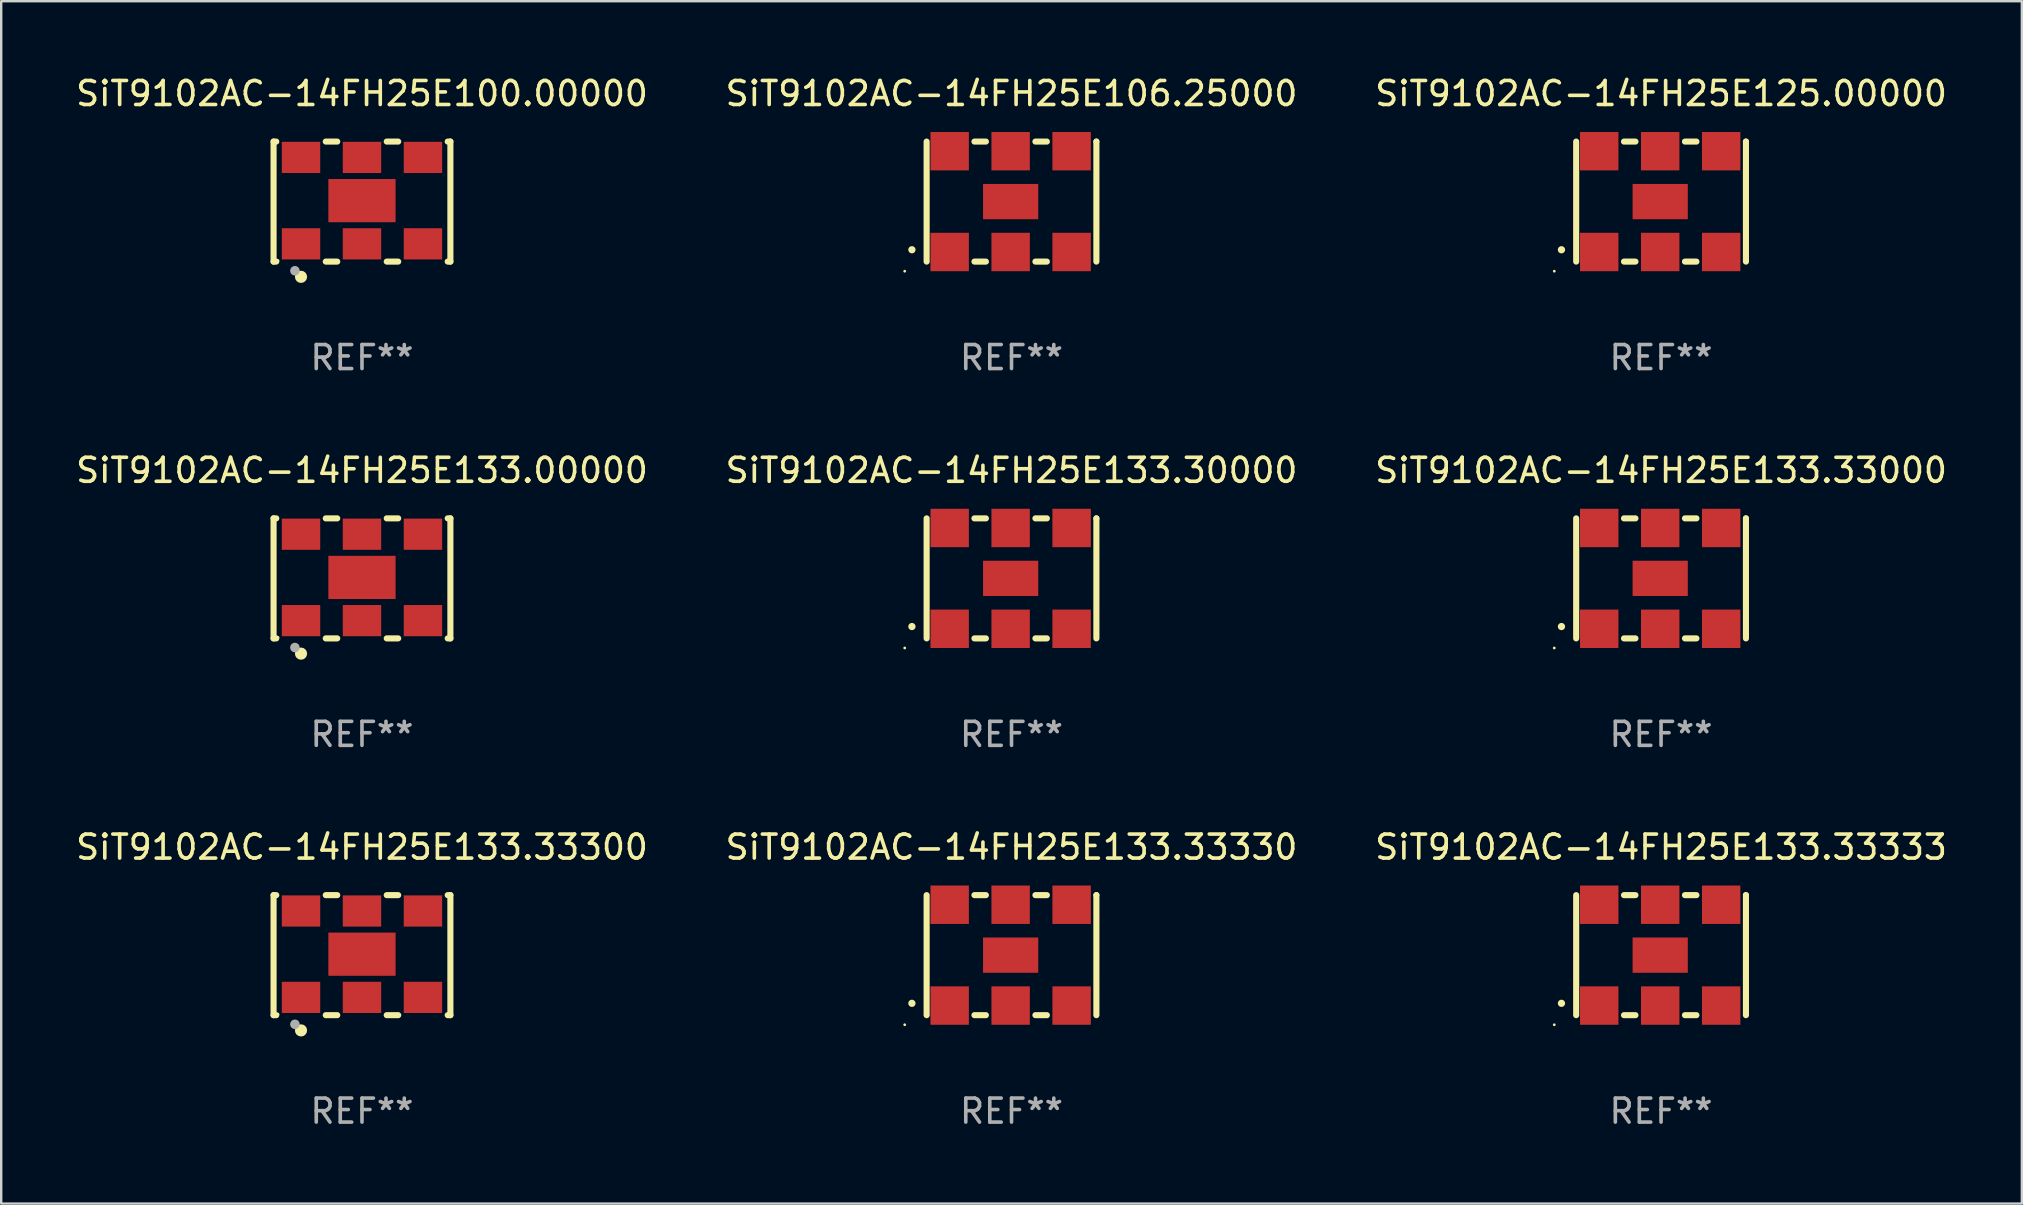
<source format=kicad_pcb>
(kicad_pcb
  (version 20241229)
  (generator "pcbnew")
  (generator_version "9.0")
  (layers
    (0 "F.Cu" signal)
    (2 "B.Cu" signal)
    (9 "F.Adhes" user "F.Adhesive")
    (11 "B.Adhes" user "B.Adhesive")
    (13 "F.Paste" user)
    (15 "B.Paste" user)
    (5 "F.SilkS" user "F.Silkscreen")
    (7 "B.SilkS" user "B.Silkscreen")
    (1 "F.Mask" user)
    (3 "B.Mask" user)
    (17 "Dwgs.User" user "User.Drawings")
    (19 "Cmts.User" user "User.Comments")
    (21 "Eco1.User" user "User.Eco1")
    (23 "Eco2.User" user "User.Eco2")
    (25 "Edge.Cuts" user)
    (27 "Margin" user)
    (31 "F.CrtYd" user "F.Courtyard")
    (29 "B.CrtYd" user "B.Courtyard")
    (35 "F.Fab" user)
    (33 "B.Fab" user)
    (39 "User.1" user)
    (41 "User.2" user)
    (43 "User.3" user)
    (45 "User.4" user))
  (footprint "SiT9102AC-14FH25E125.00000"
    (layer "F.Cu")
    (at 66.149 5.348)
    (property "Reference" "SiT9102AC-14FH25E125.00000" (at 0 -4.5 0) (layer "F.SilkS") (effects (font (size 1 1) (thickness 0.15))))
    (attr through_hole)
    (fp_line (start -3.536 -2.5) (end -3.536 2.5) (stroke (width 0.254) (type solid)) (layer "F.SilkS"))
    (fp_line (start -1.544 2.5) (end -1.067 2.5) (stroke (width 0.254) (type solid)) (layer "F.SilkS"))
    (fp_line (start -1.067 -2.5) (end -1.544 -2.5) (stroke (width 0.254) (type solid)) (layer "F.SilkS"))
    (fp_line (start 0.996 2.5) (end 1.473 2.5) (stroke (width 0.254) (type solid)) (layer "F.SilkS"))
    (fp_line (start 1.473 -2.5) (end 0.996 -2.5) (stroke (width 0.254) (type solid)) (layer "F.SilkS"))
    (fp_line (start 3.536 -2.5) (end 3.536 -2.5) (stroke (width 0.254) (type solid)) (layer "F.SilkS"))
    (fp_line (start 3.536 2.5) (end 3.536 -2.5) (stroke (width 0.254) (type solid)) (layer "F.SilkS"))
    (fp_arc (start -4.150432 2.006604) (mid -4.149162 2.006599) (end -4.147892 2.006604) (stroke (width 0.3) (type solid)) (layer "F.SilkS"))
    (fp_circle (center -4.449 2.9) (end -4.419 2.9) (stroke (width 0.06) (type solid)) (fill no) (layer "F.SilkS"))
    (fp_text user "REF**" (at 0 6.5 0) (layer "F.Fab") (effects (font (size 1 1) (thickness 0.15))))
    (pad "1" smd rect (at -2.576 2.1) (size 1.6 1.6) (layers "F.Cu" "F.Mask" "F.Paste"))
    (pad "2" smd rect (at -0.036 2.1) (size 1.6 1.6) (layers "F.Cu" "F.Mask" "F.Paste"))
    (pad "3" smd rect (at 2.504 2.1) (size 1.6 1.6) (layers "F.Cu" "F.Mask" "F.Paste"))
    (pad "4" smd rect (at 2.504 -2.1) (size 1.6 1.6) (layers "F.Cu" "F.Mask" "F.Paste"))
    (pad "5" smd rect (at -0.036 -2.1) (size 1.6 1.6) (layers "F.Cu" "F.Mask" "F.Paste"))
    (pad "6" smd rect (at -2.576 -2.1) (size 1.6 1.6) (layers "F.Cu" "F.Mask" "F.Paste"))
    (pad "7" smd rect (at -0.036 0) (size 2.3 1.47) (layers "F.Cu" "F.Mask" "F.Paste")))
  (footprint "SiT9102AC-14FH25E106.25000"
    (layer "F.Cu")
    (at 39.089 5.348)
    (property "Reference" "SiT9102AC-14FH25E106.25000" (at 0 -4.5 0) (layer "F.SilkS") (effects (font (size 1 1) (thickness 0.15))))
    (attr through_hole)
    (fp_line (start -3.536 -2.5) (end -3.536 2.5) (stroke (width 0.254) (type solid)) (layer "F.SilkS"))
    (fp_line (start -1.544 2.5) (end -1.067 2.5) (stroke (width 0.254) (type solid)) (layer "F.SilkS"))
    (fp_line (start -1.067 -2.5) (end -1.544 -2.5) (stroke (width 0.254) (type solid)) (layer "F.SilkS"))
    (fp_line (start 0.996 2.5) (end 1.473 2.5) (stroke (width 0.254) (type solid)) (layer "F.SilkS"))
    (fp_line (start 1.473 -2.5) (end 0.996 -2.5) (stroke (width 0.254) (type solid)) (layer "F.SilkS"))
    (fp_line (start 3.536 -2.5) (end 3.536 -2.5) (stroke (width 0.254) (type solid)) (layer "F.SilkS"))
    (fp_line (start 3.536 2.5) (end 3.536 -2.5) (stroke (width 0.254) (type solid)) (layer "F.SilkS"))
    (fp_arc (start -4.150432 2.006604) (mid -4.149162 2.006599) (end -4.147892 2.006604) (stroke (width 0.3) (type solid)) (layer "F.SilkS"))
    (fp_circle (center -4.449 2.9) (end -4.419 2.9) (stroke (width 0.06) (type solid)) (fill no) (layer "F.SilkS"))
    (fp_text user "REF**" (at 0 6.5 0) (layer "F.Fab") (effects (font (size 1 1) (thickness 0.15))))
    (pad "1" smd rect (at -2.576 2.1) (size 1.6 1.6) (layers "F.Cu" "F.Mask" "F.Paste"))
    (pad "2" smd rect (at -0.036 2.1) (size 1.6 1.6) (layers "F.Cu" "F.Mask" "F.Paste"))
    (pad "3" smd rect (at 2.504 2.1) (size 1.6 1.6) (layers "F.Cu" "F.Mask" "F.Paste"))
    (pad "4" smd rect (at 2.504 -2.1) (size 1.6 1.6) (layers "F.Cu" "F.Mask" "F.Paste"))
    (pad "5" smd rect (at -0.036 -2.1) (size 1.6 1.6) (layers "F.Cu" "F.Mask" "F.Paste"))
    (pad "6" smd rect (at -2.576 -2.1) (size 1.6 1.6) (layers "F.Cu" "F.Mask" "F.Paste"))
    (pad "7" smd rect (at -0.036 0) (size 2.3 1.47) (layers "F.Cu" "F.Mask" "F.Paste")))
  (footprint "SiT9102AC-14FH25E133.33333"
    (layer "F.Cu")
    (at 66.149 36.741)
    (property "Reference" "SiT9102AC-14FH25E133.33333" (at 0 -4.5 0) (layer "F.SilkS") (effects (font (size 1 1) (thickness 0.15))))
    (attr through_hole)
    (fp_line (start -3.536 -2.5) (end -3.536 2.5) (stroke (width 0.254) (type solid)) (layer "F.SilkS"))
    (fp_line (start -1.544 2.5) (end -1.067 2.5) (stroke (width 0.254) (type solid)) (layer "F.SilkS"))
    (fp_line (start -1.067 -2.5) (end -1.544 -2.5) (stroke (width 0.254) (type solid)) (layer "F.SilkS"))
    (fp_line (start 0.996 2.5) (end 1.473 2.5) (stroke (width 0.254) (type solid)) (layer "F.SilkS"))
    (fp_line (start 1.473 -2.5) (end 0.996 -2.5) (stroke (width 0.254) (type solid)) (layer "F.SilkS"))
    (fp_line (start 3.536 -2.5) (end 3.536 -2.5) (stroke (width 0.254) (type solid)) (layer "F.SilkS"))
    (fp_line (start 3.536 2.5) (end 3.536 -2.5) (stroke (width 0.254) (type solid)) (layer "F.SilkS"))
    (fp_arc (start -4.150432 2.006604) (mid -4.149162 2.006599) (end -4.147892 2.006604) (stroke (width 0.3) (type solid)) (layer "F.SilkS"))
    (fp_circle (center -4.449 2.9) (end -4.419 2.9) (stroke (width 0.06) (type solid)) (fill no) (layer "F.SilkS"))
    (fp_text user "REF**" (at 0 6.5 0) (layer "F.Fab") (effects (font (size 1 1) (thickness 0.15))))
    (pad "1" smd rect (at -2.576 2.1) (size 1.6 1.6) (layers "F.Cu" "F.Mask" "F.Paste"))
    (pad "2" smd rect (at -0.036 2.1) (size 1.6 1.6) (layers "F.Cu" "F.Mask" "F.Paste"))
    (pad "3" smd rect (at 2.504 2.1) (size 1.6 1.6) (layers "F.Cu" "F.Mask" "F.Paste"))
    (pad "4" smd rect (at 2.504 -2.1) (size 1.6 1.6) (layers "F.Cu" "F.Mask" "F.Paste"))
    (pad "5" smd rect (at -0.036 -2.1) (size 1.6 1.6) (layers "F.Cu" "F.Mask" "F.Paste"))
    (pad "6" smd rect (at -2.576 -2.1) (size 1.6 1.6) (layers "F.Cu" "F.Mask" "F.Paste"))
    (pad "7" smd rect (at -0.036 0) (size 2.3 1.47) (layers "F.Cu" "F.Mask" "F.Paste")))
  (footprint "SiT9102AC-14FH25E133.30000"
    (layer "F.Cu")
    (at 39.089 21.045)
    (property "Reference" "SiT9102AC-14FH25E133.30000" (at 0 -4.5 0) (layer "F.SilkS") (effects (font (size 1 1) (thickness 0.15))))
    (attr through_hole)
    (fp_line (start -3.536 -2.5) (end -3.536 2.5) (stroke (width 0.254) (type solid)) (layer "F.SilkS"))
    (fp_line (start -1.544 2.5) (end -1.067 2.5) (stroke (width 0.254) (type solid)) (layer "F.SilkS"))
    (fp_line (start -1.067 -2.5) (end -1.544 -2.5) (stroke (width 0.254) (type solid)) (layer "F.SilkS"))
    (fp_line (start 0.996 2.5) (end 1.473 2.5) (stroke (width 0.254) (type solid)) (layer "F.SilkS"))
    (fp_line (start 1.473 -2.5) (end 0.996 -2.5) (stroke (width 0.254) (type solid)) (layer "F.SilkS"))
    (fp_line (start 3.536 -2.5) (end 3.536 -2.5) (stroke (width 0.254) (type solid)) (layer "F.SilkS"))
    (fp_line (start 3.536 2.5) (end 3.536 -2.5) (stroke (width 0.254) (type solid)) (layer "F.SilkS"))
    (fp_arc (start -4.150432 2.006604) (mid -4.149162 2.006599) (end -4.147892 2.006604) (stroke (width 0.3) (type solid)) (layer "F.SilkS"))
    (fp_circle (center -4.449 2.9) (end -4.419 2.9) (stroke (width 0.06) (type solid)) (fill no) (layer "F.SilkS"))
    (fp_text user "REF**" (at 0 6.5 0) (layer "F.Fab") (effects (font (size 1 1) (thickness 0.15))))
    (pad "1" smd rect (at -2.576 2.1) (size 1.6 1.6) (layers "F.Cu" "F.Mask" "F.Paste"))
    (pad "2" smd rect (at -0.036 2.1) (size 1.6 1.6) (layers "F.Cu" "F.Mask" "F.Paste"))
    (pad "3" smd rect (at 2.504 2.1) (size 1.6 1.6) (layers "F.Cu" "F.Mask" "F.Paste"))
    (pad "4" smd rect (at 2.504 -2.1) (size 1.6 1.6) (layers "F.Cu" "F.Mask" "F.Paste"))
    (pad "5" smd rect (at -0.036 -2.1) (size 1.6 1.6) (layers "F.Cu" "F.Mask" "F.Paste"))
    (pad "6" smd rect (at -2.576 -2.1) (size 1.6 1.6) (layers "F.Cu" "F.Mask" "F.Paste"))
    (pad "7" smd rect (at -0.036 0) (size 2.3 1.47) (layers "F.Cu" "F.Mask" "F.Paste")))
  (footprint "SiT9102AC-14FH25E133.00000"
    (layer "F.Cu")
    (at 12.03 21.045)
    (property "Reference" "SiT9102AC-14FH25E133.00000" (at 0 -4.5 0) (layer "F.SilkS") (effects (font (size 1 1) (thickness 0.15))))
    (attr through_hole)
    (fp_line (start -3.683 -2.5) (end -3.571 -2.5) (stroke (width 0.254) (type solid)) (layer "F.SilkS"))
    (fp_line (start -3.683 2.5) (end -3.683 -2.5) (stroke (width 0.254) (type solid)) (layer "F.SilkS"))
    (fp_line (start -3.683 2.5) (end -3.571 2.5) (stroke (width 0.254) (type solid)) (layer "F.SilkS"))
    (fp_line (start -1.509 -2.5) (end -1.031 -2.5) (stroke (width 0.254) (type solid)) (layer "F.SilkS"))
    (fp_line (start -1.509 2.5) (end -1.031 2.5) (stroke (width 0.254) (type solid)) (layer "F.SilkS"))
    (fp_line (start 1.031 -2.5) (end 1.509 -2.5) (stroke (width 0.254) (type solid)) (layer "F.SilkS"))
    (fp_line (start 1.031 2.5) (end 1.509 2.5) (stroke (width 0.254) (type solid)) (layer "F.SilkS"))
    (fp_line (start 3.571 -2.5) (end 3.683 -2.5) (stroke (width 0.254) (type solid)) (layer "F.SilkS"))
    (fp_line (start 3.571 2.5) (end 3.683 2.5) (stroke (width 0.254) (type solid)) (layer "F.SilkS"))
    (fp_line (start 3.683 2.5) (end 3.683 -2.5) (stroke (width 0.254) (type solid)) (layer "F.SilkS"))
    (fp_circle (center -3.5 2.46) (end -3.47 2.46) (stroke (width 0.06) (type solid)) (fill no) (layer "F.SilkS"))
    (fp_circle (center -2.54 3.135) (end -2.413 3.135) (stroke (width 0.254) (type solid)) (fill no) (layer "F.SilkS"))
    (fp_circle (center -2.794 2.881) (end -2.694 2.881) (stroke (width 0.2) (type solid)) (fill no) (layer "F.Fab"))
    (fp_text user "REF**" (at 0 6.5 0) (layer "F.Fab") (effects (font (size 1 1) (thickness 0.15))))
    (pad "1" smd rect (at -2.54 1.76) (size 1.6 1.3) (layers "F.Cu" "F.Mask" "F.Paste"))
    (pad "2" smd rect (at 0 1.76) (size 1.6 1.3) (layers "F.Cu" "F.Mask" "F.Paste"))
    (pad "3" smd rect (at 2.54 1.76) (size 1.6 1.3) (layers "F.Cu" "F.Mask" "F.Paste"))
    (pad "4" smd rect (at 2.54 -1.84) (size 1.6 1.3) (layers "F.Cu" "F.Mask" "F.Paste"))
    (pad "5" smd rect (at 0 -1.84) (size 1.6 1.3) (layers "F.Cu" "F.Mask" "F.Paste"))
    (pad "6" smd rect (at -2.54 -1.84) (size 1.6 1.3) (layers "F.Cu" "F.Mask" "F.Paste"))
    (pad "7" smd rect (at 0 -0.04) (size 2.8 1.8) (layers "F.Cu" "F.Mask" "F.Paste")))
  (footprint "SiT9102AC-14FH25E100.00000"
    (layer "F.Cu")
    (at 12.03 5.348)
    (property "Reference" "SiT9102AC-14FH25E100.00000" (at 0 -4.5 0) (layer "F.SilkS") (effects (font (size 1 1) (thickness 0.15))))
    (attr through_hole)
    (fp_line (start -3.683 -2.5) (end -3.571 -2.5) (stroke (width 0.254) (type solid)) (layer "F.SilkS"))
    (fp_line (start -3.683 2.5) (end -3.683 -2.5) (stroke (width 0.254) (type solid)) (layer "F.SilkS"))
    (fp_line (start -3.683 2.5) (end -3.571 2.5) (stroke (width 0.254) (type solid)) (layer "F.SilkS"))
    (fp_line (start -1.509 -2.5) (end -1.031 -2.5) (stroke (width 0.254) (type solid)) (layer "F.SilkS"))
    (fp_line (start -1.509 2.5) (end -1.031 2.5) (stroke (width 0.254) (type solid)) (layer "F.SilkS"))
    (fp_line (start 1.031 -2.5) (end 1.509 -2.5) (stroke (width 0.254) (type solid)) (layer "F.SilkS"))
    (fp_line (start 1.031 2.5) (end 1.509 2.5) (stroke (width 0.254) (type solid)) (layer "F.SilkS"))
    (fp_line (start 3.571 -2.5) (end 3.683 -2.5) (stroke (width 0.254) (type solid)) (layer "F.SilkS"))
    (fp_line (start 3.571 2.5) (end 3.683 2.5) (stroke (width 0.254) (type solid)) (layer "F.SilkS"))
    (fp_line (start 3.683 2.5) (end 3.683 -2.5) (stroke (width 0.254) (type solid)) (layer "F.SilkS"))
    (fp_circle (center -3.5 2.46) (end -3.47 2.46) (stroke (width 0.06) (type solid)) (fill no) (layer "F.SilkS"))
    (fp_circle (center -2.54 3.135) (end -2.413 3.135) (stroke (width 0.254) (type solid)) (fill no) (layer "F.SilkS"))
    (fp_circle (center -2.794 2.881) (end -2.694 2.881) (stroke (width 0.2) (type solid)) (fill no) (layer "F.Fab"))
    (fp_text user "REF**" (at 0 6.5 0) (layer "F.Fab") (effects (font (size 1 1) (thickness 0.15))))
    (pad "1" smd rect (at -2.54 1.76) (size 1.6 1.3) (layers "F.Cu" "F.Mask" "F.Paste"))
    (pad "2" smd rect (at 0 1.76) (size 1.6 1.3) (layers "F.Cu" "F.Mask" "F.Paste"))
    (pad "3" smd rect (at 2.54 1.76) (size 1.6 1.3) (layers "F.Cu" "F.Mask" "F.Paste"))
    (pad "4" smd rect (at 2.54 -1.84) (size 1.6 1.3) (layers "F.Cu" "F.Mask" "F.Paste"))
    (pad "5" smd rect (at 0 -1.84) (size 1.6 1.3) (layers "F.Cu" "F.Mask" "F.Paste"))
    (pad "6" smd rect (at -2.54 -1.84) (size 1.6 1.3) (layers "F.Cu" "F.Mask" "F.Paste"))
    (pad "7" smd rect (at 0 -0.04) (size 2.8 1.8) (layers "F.Cu" "F.Mask" "F.Paste")))
  (footprint "SiT9102AC-14FH25E133.33000"
    (layer "F.Cu")
    (at 66.149 21.045)
    (property "Reference" "SiT9102AC-14FH25E133.33000" (at 0 -4.5 0) (layer "F.SilkS") (effects (font (size 1 1) (thickness 0.15))))
    (attr through_hole)
    (fp_line (start -3.536 -2.5) (end -3.536 2.5) (stroke (width 0.254) (type solid)) (layer "F.SilkS"))
    (fp_line (start -1.544 2.5) (end -1.067 2.5) (stroke (width 0.254) (type solid)) (layer "F.SilkS"))
    (fp_line (start -1.067 -2.5) (end -1.544 -2.5) (stroke (width 0.254) (type solid)) (layer "F.SilkS"))
    (fp_line (start 0.996 2.5) (end 1.473 2.5) (stroke (width 0.254) (type solid)) (layer "F.SilkS"))
    (fp_line (start 1.473 -2.5) (end 0.996 -2.5) (stroke (width 0.254) (type solid)) (layer "F.SilkS"))
    (fp_line (start 3.536 -2.5) (end 3.536 -2.5) (stroke (width 0.254) (type solid)) (layer "F.SilkS"))
    (fp_line (start 3.536 2.5) (end 3.536 -2.5) (stroke (width 0.254) (type solid)) (layer "F.SilkS"))
    (fp_arc (start -4.150432 2.006604) (mid -4.149162 2.006599) (end -4.147892 2.006604) (stroke (width 0.3) (type solid)) (layer "F.SilkS"))
    (fp_circle (center -4.449 2.9) (end -4.419 2.9) (stroke (width 0.06) (type solid)) (fill no) (layer "F.SilkS"))
    (fp_text user "REF**" (at 0 6.5 0) (layer "F.Fab") (effects (font (size 1 1) (thickness 0.15))))
    (pad "1" smd rect (at -2.576 2.1) (size 1.6 1.6) (layers "F.Cu" "F.Mask" "F.Paste"))
    (pad "2" smd rect (at -0.036 2.1) (size 1.6 1.6) (layers "F.Cu" "F.Mask" "F.Paste"))
    (pad "3" smd rect (at 2.504 2.1) (size 1.6 1.6) (layers "F.Cu" "F.Mask" "F.Paste"))
    (pad "4" smd rect (at 2.504 -2.1) (size 1.6 1.6) (layers "F.Cu" "F.Mask" "F.Paste"))
    (pad "5" smd rect (at -0.036 -2.1) (size 1.6 1.6) (layers "F.Cu" "F.Mask" "F.Paste"))
    (pad "6" smd rect (at -2.576 -2.1) (size 1.6 1.6) (layers "F.Cu" "F.Mask" "F.Paste"))
    (pad "7" smd rect (at -0.036 0) (size 2.3 1.47) (layers "F.Cu" "F.Mask" "F.Paste")))
  (footprint "SiT9102AC-14FH25E133.33300"
    (layer "F.Cu")
    (at 12.03 36.741)
    (property "Reference" "SiT9102AC-14FH25E133.33300" (at 0 -4.5 0) (layer "F.SilkS") (effects (font (size 1 1) (thickness 0.15))))
    (attr through_hole)
    (fp_line (start -3.683 -2.5) (end -3.571 -2.5) (stroke (width 0.254) (type solid)) (layer "F.SilkS"))
    (fp_line (start -3.683 2.5) (end -3.683 -2.5) (stroke (width 0.254) (type solid)) (layer "F.SilkS"))
    (fp_line (start -3.683 2.5) (end -3.571 2.5) (stroke (width 0.254) (type solid)) (layer "F.SilkS"))
    (fp_line (start -1.509 -2.5) (end -1.031 -2.5) (stroke (width 0.254) (type solid)) (layer "F.SilkS"))
    (fp_line (start -1.509 2.5) (end -1.031 2.5) (stroke (width 0.254) (type solid)) (layer "F.SilkS"))
    (fp_line (start 1.031 -2.5) (end 1.509 -2.5) (stroke (width 0.254) (type solid)) (layer "F.SilkS"))
    (fp_line (start 1.031 2.5) (end 1.509 2.5) (stroke (width 0.254) (type solid)) (layer "F.SilkS"))
    (fp_line (start 3.571 -2.5) (end 3.683 -2.5) (stroke (width 0.254) (type solid)) (layer "F.SilkS"))
    (fp_line (start 3.571 2.5) (end 3.683 2.5) (stroke (width 0.254) (type solid)) (layer "F.SilkS"))
    (fp_line (start 3.683 2.5) (end 3.683 -2.5) (stroke (width 0.254) (type solid)) (layer "F.SilkS"))
    (fp_circle (center -3.5 2.46) (end -3.47 2.46) (stroke (width 0.06) (type solid)) (fill no) (layer "F.SilkS"))
    (fp_circle (center -2.54 3.135) (end -2.413 3.135) (stroke (width 0.254) (type solid)) (fill no) (layer "F.SilkS"))
    (fp_circle (center -2.794 2.881) (end -2.694 2.881) (stroke (width 0.2) (type solid)) (fill no) (layer "F.Fab"))
    (fp_text user "REF**" (at 0 6.5 0) (layer "F.Fab") (effects (font (size 1 1) (thickness 0.15))))
    (pad "1" smd rect (at -2.54 1.76) (size 1.6 1.3) (layers "F.Cu" "F.Mask" "F.Paste"))
    (pad "2" smd rect (at 0 1.76) (size 1.6 1.3) (layers "F.Cu" "F.Mask" "F.Paste"))
    (pad "3" smd rect (at 2.54 1.76) (size 1.6 1.3) (layers "F.Cu" "F.Mask" "F.Paste"))
    (pad "4" smd rect (at 2.54 -1.84) (size 1.6 1.3) (layers "F.Cu" "F.Mask" "F.Paste"))
    (pad "5" smd rect (at 0 -1.84) (size 1.6 1.3) (layers "F.Cu" "F.Mask" "F.Paste"))
    (pad "6" smd rect (at -2.54 -1.84) (size 1.6 1.3) (layers "F.Cu" "F.Mask" "F.Paste"))
    (pad "7" smd rect (at 0 -0.04) (size 2.8 1.8) (layers "F.Cu" "F.Mask" "F.Paste")))
  (footprint "SiT9102AC-14FH25E133.33330"
    (layer "F.Cu")
    (at 39.089 36.741)
    (property "Reference" "SiT9102AC-14FH25E133.33330" (at 0 -4.5 0) (layer "F.SilkS") (effects (font (size 1 1) (thickness 0.15))))
    (attr through_hole)
    (fp_line (start -3.536 -2.5) (end -3.536 2.5) (stroke (width 0.254) (type solid)) (layer "F.SilkS"))
    (fp_line (start -1.544 2.5) (end -1.067 2.5) (stroke (width 0.254) (type solid)) (layer "F.SilkS"))
    (fp_line (start -1.067 -2.5) (end -1.544 -2.5) (stroke (width 0.254) (type solid)) (layer "F.SilkS"))
    (fp_line (start 0.996 2.5) (end 1.473 2.5) (stroke (width 0.254) (type solid)) (layer "F.SilkS"))
    (fp_line (start 1.473 -2.5) (end 0.996 -2.5) (stroke (width 0.254) (type solid)) (layer "F.SilkS"))
    (fp_line (start 3.536 -2.5) (end 3.536 -2.5) (stroke (width 0.254) (type solid)) (layer "F.SilkS"))
    (fp_line (start 3.536 2.5) (end 3.536 -2.5) (stroke (width 0.254) (type solid)) (layer "F.SilkS"))
    (fp_arc (start -4.150432 2.006604) (mid -4.149162 2.006599) (end -4.147892 2.006604) (stroke (width 0.3) (type solid)) (layer "F.SilkS"))
    (fp_circle (center -4.449 2.9) (end -4.419 2.9) (stroke (width 0.06) (type solid)) (fill no) (layer "F.SilkS"))
    (fp_text user "REF**" (at 0 6.5 0) (layer "F.Fab") (effects (font (size 1 1) (thickness 0.15))))
    (pad "1" smd rect (at -2.576 2.1) (size 1.6 1.6) (layers "F.Cu" "F.Mask" "F.Paste"))
    (pad "2" smd rect (at -0.036 2.1) (size 1.6 1.6) (layers "F.Cu" "F.Mask" "F.Paste"))
    (pad "3" smd rect (at 2.504 2.1) (size 1.6 1.6) (layers "F.Cu" "F.Mask" "F.Paste"))
    (pad "4" smd rect (at 2.504 -2.1) (size 1.6 1.6) (layers "F.Cu" "F.Mask" "F.Paste"))
    (pad "5" smd rect (at -0.036 -2.1) (size 1.6 1.6) (layers "F.Cu" "F.Mask" "F.Paste"))
    (pad "6" smd rect (at -2.576 -2.1) (size 1.6 1.6) (layers "F.Cu" "F.Mask" "F.Paste"))
    (pad "7" smd rect (at -0.036 0) (size 2.3 1.47) (layers "F.Cu" "F.Mask" "F.Paste")))
  (gr_rect
    (start -3 -3)
    (end 81.179 47.09)
    (stroke (width 0.1) (type default))
    (fill no)
    (layer "Edge.Cuts")))
</source>
